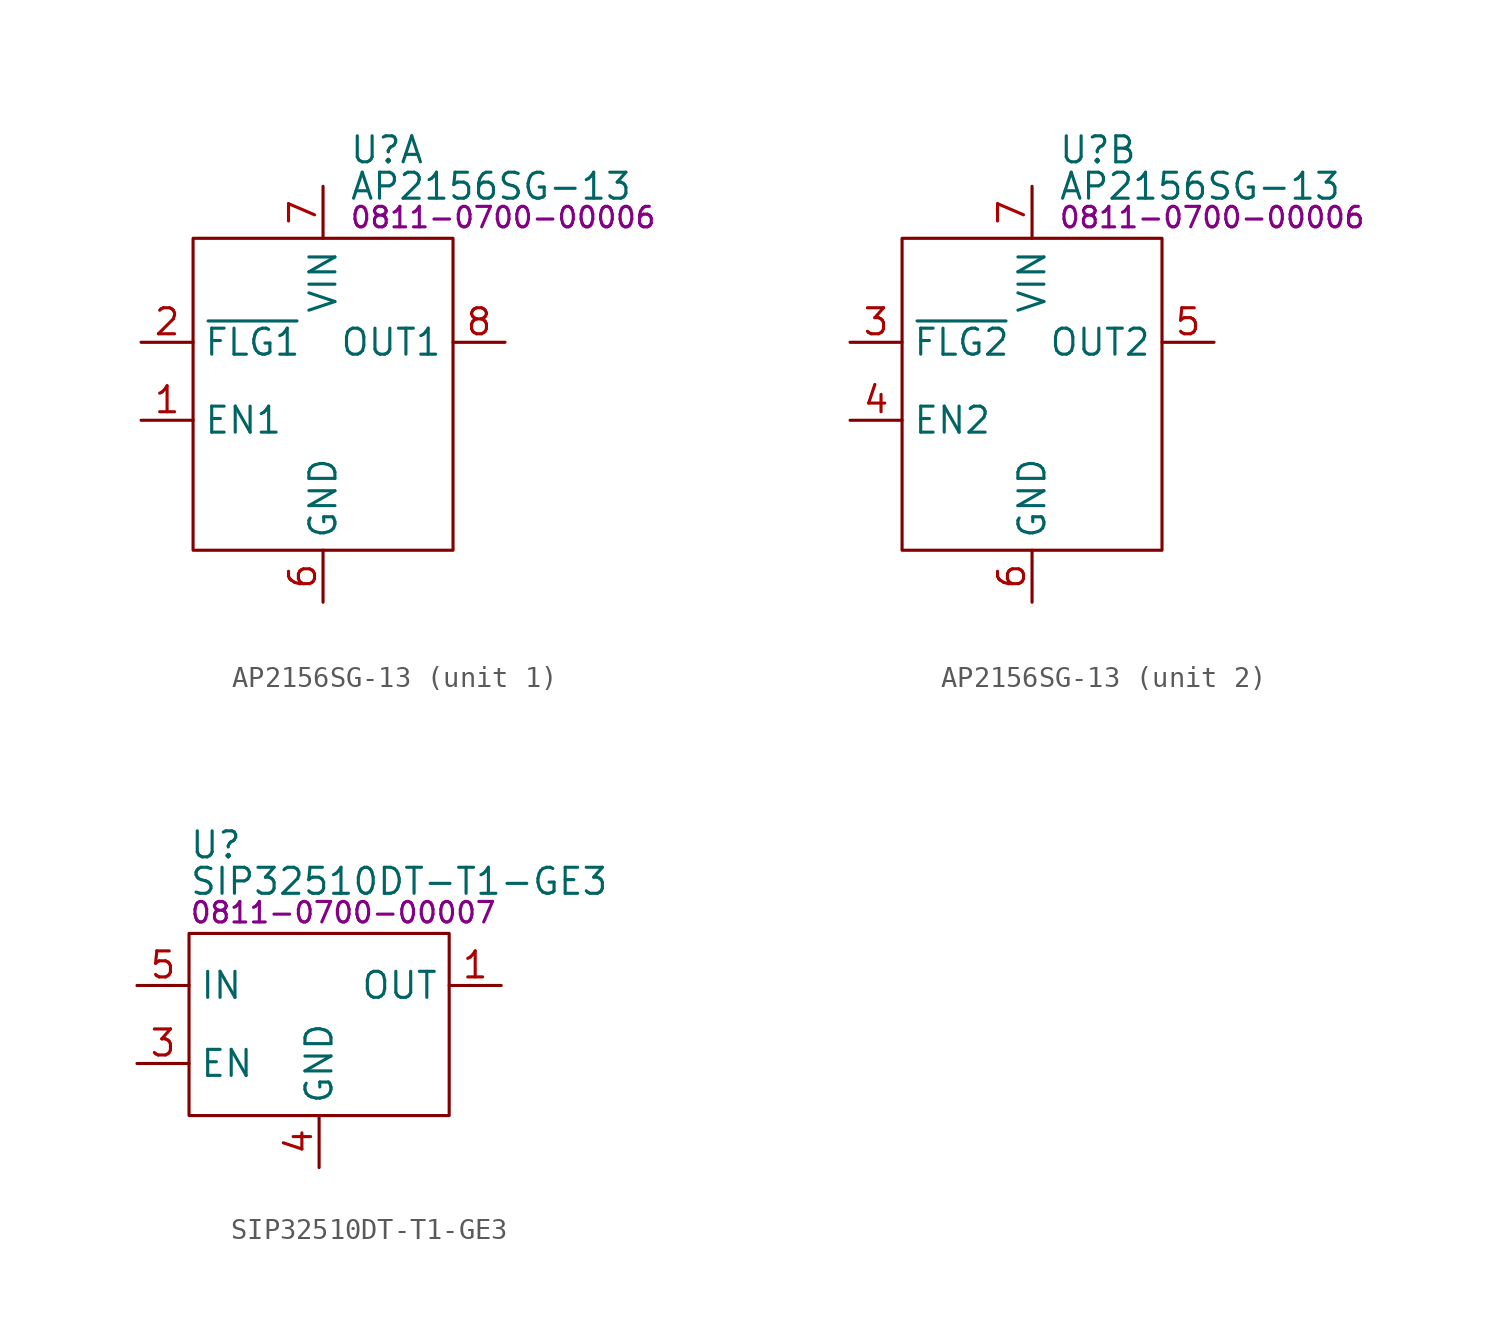
<source format=kicad_sym>
(kicad_symbol_lib
  (version 20231120)
  (generator "kicad_symbol_editor")
  (generator_version "8.0")
  (symbol "AP2156SG-13"
    (property "Reference" "U"
      (at 7.62 4.318 0)
      (effects (font (size 1.27 1.27)) (justify left)))
    (property "Value" "AP2156SG-13"
      (at 7.62 2.54 0)
      (effects (font (size 1.27 1.27)) (justify left)))
    (property "PartNumber" "0811-0700-00006"
      (at 7.62 1.016 0)
      (effects (font (size 1 1)) (justify left)))
    (property "ki_locked" ""
      (at 0 0 0)
      (effects (font (size 1.27 1.27))))
    (symbol "AP2156SG-13_0_0"
      (pin power_in line (at 6.35 -17.78 90) (length 2.54) (name "GND" (effects (font (size 1.27 1.27)))) (number "6" (effects (font (size 1.27 1.27)))))
      (pin power_in line (at 6.35 2.54 270) (length 2.54) (name "VIN" (effects (font (size 1.27 1.27)))) (number "7" (effects (font (size 1.27 1.27))))))
    (symbol "AP2156SG-13_0_1"
      (rectangle (start 0 0) (end 12.7 -15.24) (stroke (width 0) (type default)) (fill (type none))))
    (symbol "AP2156SG-13_1_1"
      (pin input line (at -2.54 -8.89 0) (length 2.54) (name "EN1" (effects (font (size 1.27 1.27)))) (number "1" (effects (font (size 1.27 1.27)))))
      (pin output line (at -2.54 -5.08 0) (length 2.54) (name "~{FLG1}" (effects (font (size 1.27 1.27)))) (number "2" (effects (font (size 1.27 1.27)))))
      (pin power_out line (at 15.24 -5.08 180) (length 2.54) (name "OUT1" (effects (font (size 1.27 1.27)))) (number "8" (effects (font (size 1.27 1.27))))))
    (symbol "AP2156SG-13_2_1"
      (pin output line (at -2.54 -5.08 0) (length 2.54) (name "~{FLG2}" (effects (font (size 1.27 1.27)))) (number "3" (effects (font (size 1.27 1.27)))))
      (pin input line (at -2.54 -8.89 0) (length 2.54) (name "EN2" (effects (font (size 1.27 1.27)))) (number "4" (effects (font (size 1.27 1.27)))))
      (pin power_out line (at 15.24 -5.08 180) (length 2.54) (name "OUT2" (effects (font (size 1.27 1.27)))) (number "5" (effects (font (size 1.27 1.27)))))))
  (symbol "SIP32510DT-T1-GE3"
    (property "Reference" "U"
      (at 0 4.318 0)
      (effects (font (size 1.27 1.27)) (justify left)))
    (property "Value" "SIP32510DT-T1-GE3"
      (at 0 2.54 0)
      (effects (font (size 1.27 1.27)) (justify left)))
    (property "PartNumber" "0811-0700-00007"
      (at 0 1.016 0)
      (effects (font (size 1 1)) (justify left)))
    (symbol "SIP32510DT-T1-GE3_0_0"
      (pin power_out line (at 15.24 -2.54 180) (length 2.54) (name "OUT" (effects (font (size 1.27 1.27)))) (number "1" (effects (font (size 1.27 1.27)))))
      (pin power_out line (at 15.24 -2.54 180) (length 2.54) hide (name "OUT" (effects (font (size 1.27 1.27)))) (number "2" (effects (font (size 1.27 1.27)))))
      (pin input line (at -2.54 -6.35 0) (length 2.54) (name "EN" (effects (font (size 1.27 1.27)))) (number "3" (effects (font (size 1.27 1.27)))))
      (pin power_in line (at 6.35 -11.43 90) (length 2.54) (name "GND" (effects (font (size 1.27 1.27)))) (number "4" (effects (font (size 1.27 1.27)))))
      (pin power_in line (at -2.54 -2.54 0) (length 2.54) (name "IN" (effects (font (size 1.27 1.27)))) (number "5" (effects (font (size 1.27 1.27)))))
      (pin power_in line (at -2.54 -2.54 0) (length 2.54) hide (name "IN" (effects (font (size 1.27 1.27)))) (number "6" (effects (font (size 1.27 1.27))))))
    (symbol "SIP32510DT-T1-GE3_0_1"
      (rectangle (start 0 0) (end 12.7 -8.89) (stroke (width 0) (type default)) (fill (type none))))))
</source>
